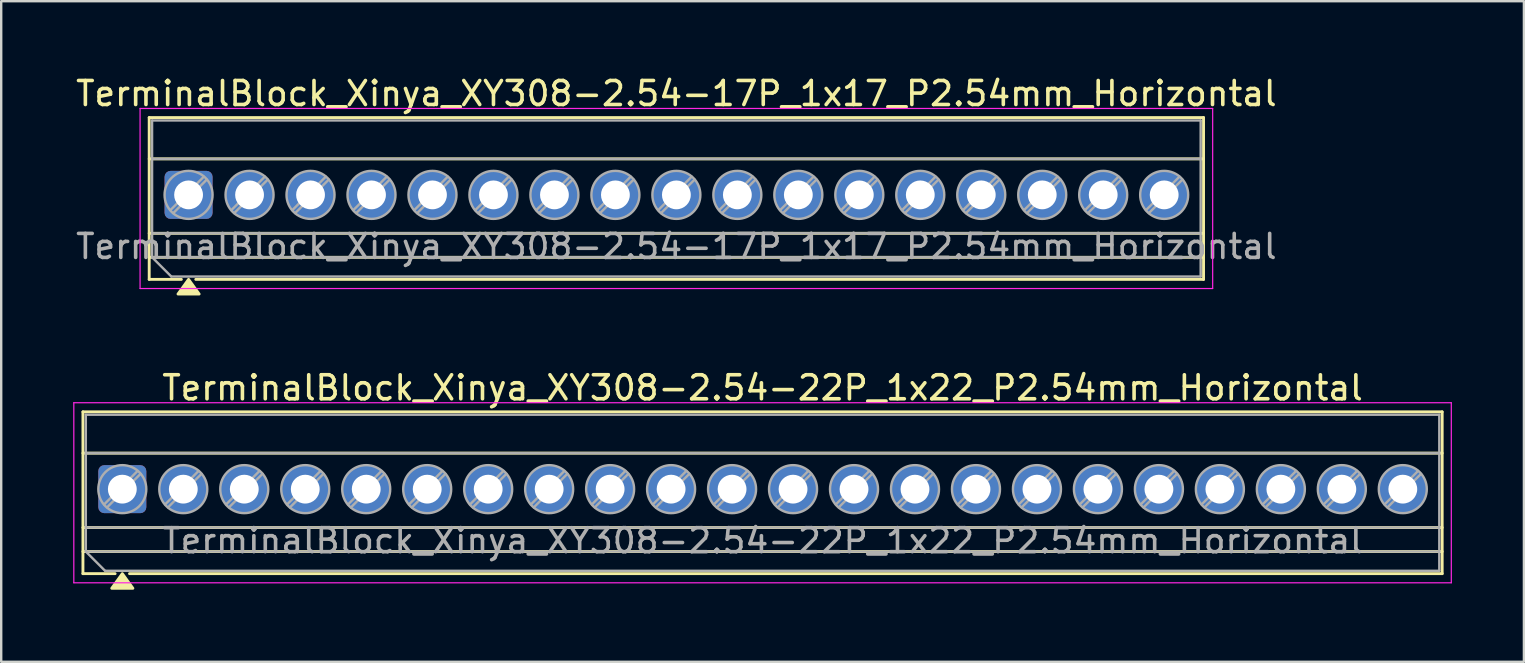
<source format=kicad_pcb>
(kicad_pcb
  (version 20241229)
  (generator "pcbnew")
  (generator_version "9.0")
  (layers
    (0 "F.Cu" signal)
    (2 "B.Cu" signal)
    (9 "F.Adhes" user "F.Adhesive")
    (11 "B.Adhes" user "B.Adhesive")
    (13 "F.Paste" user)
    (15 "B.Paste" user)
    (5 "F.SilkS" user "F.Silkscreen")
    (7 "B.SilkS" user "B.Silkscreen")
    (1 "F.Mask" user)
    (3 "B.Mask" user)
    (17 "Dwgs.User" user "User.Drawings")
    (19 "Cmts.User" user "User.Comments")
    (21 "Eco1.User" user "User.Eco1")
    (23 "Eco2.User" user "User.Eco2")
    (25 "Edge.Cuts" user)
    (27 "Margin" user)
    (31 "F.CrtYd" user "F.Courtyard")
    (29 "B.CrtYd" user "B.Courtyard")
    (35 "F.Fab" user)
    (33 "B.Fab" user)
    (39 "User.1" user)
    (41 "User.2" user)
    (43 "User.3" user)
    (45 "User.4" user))
  (footprint "TerminalBlock_Xinya_XY308-2.54-22P_1x22_P2.54mm_Horizontal"
    (layer "F.Cu")
    (at 2.045 17.326)
    (property "Reference" "TerminalBlock_Xinya_XY308-2.54-22P_1x22_P2.54mm_Horizontal" (at 26.67 -4.22 0) (layer "F.SilkS") (effects (font (size 1 1) (thickness 0.15))))
    (attr through_hole)
    (fp_line (start -1.64 -3.22) (end 54.98 -3.22) (stroke (width 0.12) (type solid)) (layer "F.SilkS"))
    (fp_line (start -1.64 -1.5) (end 54.98 -1.5) (stroke (width 0.12) (type solid)) (layer "F.SilkS"))
    (fp_line (start -1.64 1.6) (end 54.98 1.6) (stroke (width 0.12) (type solid)) (layer "F.SilkS"))
    (fp_line (start -1.64 2.6) (end 54.98 2.6) (stroke (width 0.12) (type solid)) (layer "F.SilkS"))
    (fp_line (start -1.64 3.52) (end -1.64 -3.22) (stroke (width 0.12) (type solid)) (layer "F.SilkS"))
    (fp_line (start -0.3 3.52) (end -1.64 3.52) (stroke (width 0.12) (type solid)) (layer "F.SilkS"))
    (fp_line (start 54.98 -3.22) (end 54.98 3.52) (stroke (width 0.12) (type solid)) (layer "F.SilkS"))
    (fp_line (start 54.98 3.52) (end 0.3 3.52) (stroke (width 0.12) (type solid)) (layer "F.SilkS"))
    (fp_poly (pts (xy 0 3.52) (xy 0.44 4.13) (xy -0.44 4.13)) (stroke (width 0.12) (type solid)) (fill yes) (layer "F.SilkS"))
    (fp_line (start -2.02 -3.6) (end -2.02 3.9) (stroke (width 0.05) (type solid)) (layer "F.CrtYd"))
    (fp_line (start -2.02 3.9) (end 55.36 3.9) (stroke (width 0.05) (type solid)) (layer "F.CrtYd"))
    (fp_line (start 55.36 -3.6) (end -2.02 -3.6) (stroke (width 0.05) (type solid)) (layer "F.CrtYd"))
    (fp_line (start 55.36 3.9) (end 55.36 -3.6) (stroke (width 0.05) (type solid)) (layer "F.CrtYd"))
    (fp_line (start -1.52 -3.1) (end 54.86 -3.1) (stroke (width 0.1) (type solid)) (layer "F.Fab"))
    (fp_line (start -1.52 -1.5) (end 54.86 -1.5) (stroke (width 0.1) (type solid)) (layer "F.Fab"))
    (fp_line (start -1.52 1.6) (end 54.86 1.6) (stroke (width 0.1) (type solid)) (layer "F.Fab"))
    (fp_line (start -1.52 2.6) (end -1.52 -3.1) (stroke (width 0.1) (type solid)) (layer "F.Fab"))
    (fp_line (start -1.52 2.6) (end 54.86 2.6) (stroke (width 0.1) (type solid)) (layer "F.Fab"))
    (fp_line (start -0.72 3.4) (end -1.52 2.6) (stroke (width 0.1) (type solid)) (layer "F.Fab"))
    (fp_line (start 0.636 -0.758) (end -0.758 0.636) (stroke (width 0.1) (type solid)) (layer "F.Fab"))
    (fp_line (start 0.758 -0.636) (end -0.636 0.758) (stroke (width 0.1) (type solid)) (layer "F.Fab"))
    (fp_line (start 3.176 -0.758) (end 1.782 0.636) (stroke (width 0.1) (type solid)) (layer "F.Fab"))
    (fp_line (start 3.298 -0.636) (end 1.904 0.758) (stroke (width 0.1) (type solid)) (layer "F.Fab"))
    (fp_line (start 5.716 -0.758) (end 4.322 0.636) (stroke (width 0.1) (type solid)) (layer "F.Fab"))
    (fp_line (start 5.838 -0.636) (end 4.444 0.758) (stroke (width 0.1) (type solid)) (layer "F.Fab"))
    (fp_line (start 8.256 -0.758) (end 6.862 0.636) (stroke (width 0.1) (type solid)) (layer "F.Fab"))
    (fp_line (start 8.378 -0.636) (end 6.984 0.758) (stroke (width 0.1) (type solid)) (layer "F.Fab"))
    (fp_line (start 10.796 -0.758) (end 9.402 0.636) (stroke (width 0.1) (type solid)) (layer "F.Fab"))
    (fp_line (start 10.918 -0.636) (end 9.524 0.758) (stroke (width 0.1) (type solid)) (layer "F.Fab"))
    (fp_line (start 13.336 -0.758) (end 11.942 0.636) (stroke (width 0.1) (type solid)) (layer "F.Fab"))
    (fp_line (start 13.458 -0.636) (end 12.064 0.758) (stroke (width 0.1) (type solid)) (layer "F.Fab"))
    (fp_line (start 15.876 -0.758) (end 14.482 0.636) (stroke (width 0.1) (type solid)) (layer "F.Fab"))
    (fp_line (start 15.998 -0.636) (end 14.604 0.758) (stroke (width 0.1) (type solid)) (layer "F.Fab"))
    (fp_line (start 18.416 -0.758) (end 17.022 0.636) (stroke (width 0.1) (type solid)) (layer "F.Fab"))
    (fp_line (start 18.538 -0.636) (end 17.144 0.758) (stroke (width 0.1) (type solid)) (layer "F.Fab"))
    (fp_line (start 20.956 -0.758) (end 19.562 0.636) (stroke (width 0.1) (type solid)) (layer "F.Fab"))
    (fp_line (start 21.078 -0.636) (end 19.684 0.758) (stroke (width 0.1) (type solid)) (layer "F.Fab"))
    (fp_line (start 23.496 -0.758) (end 22.102 0.636) (stroke (width 0.1) (type solid)) (layer "F.Fab"))
    (fp_line (start 23.618 -0.636) (end 22.224 0.758) (stroke (width 0.1) (type solid)) (layer "F.Fab"))
    (fp_line (start 26.036 -0.758) (end 24.642 0.636) (stroke (width 0.1) (type solid)) (layer "F.Fab"))
    (fp_line (start 26.158 -0.636) (end 24.764 0.758) (stroke (width 0.1) (type solid)) (layer "F.Fab"))
    (fp_line (start 28.576 -0.758) (end 27.182 0.636) (stroke (width 0.1) (type solid)) (layer "F.Fab"))
    (fp_line (start 28.698 -0.636) (end 27.304 0.758) (stroke (width 0.1) (type solid)) (layer "F.Fab"))
    (fp_line (start 31.116 -0.758) (end 29.722 0.636) (stroke (width 0.1) (type solid)) (layer "F.Fab"))
    (fp_line (start 31.238 -0.636) (end 29.844 0.758) (stroke (width 0.1) (type solid)) (layer "F.Fab"))
    (fp_line (start 33.656 -0.758) (end 32.262 0.636) (stroke (width 0.1) (type solid)) (layer "F.Fab"))
    (fp_line (start 33.778 -0.636) (end 32.384 0.758) (stroke (width 0.1) (type solid)) (layer "F.Fab"))
    (fp_line (start 36.196 -0.758) (end 34.802 0.636) (stroke (width 0.1) (type solid)) (layer "F.Fab"))
    (fp_line (start 36.318 -0.636) (end 34.924 0.758) (stroke (width 0.1) (type solid)) (layer "F.Fab"))
    (fp_line (start 38.736 -0.758) (end 37.342 0.636) (stroke (width 0.1) (type solid)) (layer "F.Fab"))
    (fp_line (start 38.858 -0.636) (end 37.464 0.758) (stroke (width 0.1) (type solid)) (layer "F.Fab"))
    (fp_line (start 41.276 -0.758) (end 39.882 0.636) (stroke (width 0.1) (type solid)) (layer "F.Fab"))
    (fp_line (start 41.398 -0.636) (end 40.004 0.758) (stroke (width 0.1) (type solid)) (layer "F.Fab"))
    (fp_line (start 43.816 -0.758) (end 42.422 0.636) (stroke (width 0.1) (type solid)) (layer "F.Fab"))
    (fp_line (start 43.938 -0.636) (end 42.544 0.758) (stroke (width 0.1) (type solid)) (layer "F.Fab"))
    (fp_line (start 46.356 -0.758) (end 44.962 0.636) (stroke (width 0.1) (type solid)) (layer "F.Fab"))
    (fp_line (start 46.478 -0.636) (end 45.084 0.758) (stroke (width 0.1) (type solid)) (layer "F.Fab"))
    (fp_line (start 48.896 -0.758) (end 47.502 0.636) (stroke (width 0.1) (type solid)) (layer "F.Fab"))
    (fp_line (start 49.018 -0.636) (end 47.624 0.758) (stroke (width 0.1) (type solid)) (layer "F.Fab"))
    (fp_line (start 51.436 -0.758) (end 50.042 0.636) (stroke (width 0.1) (type solid)) (layer "F.Fab"))
    (fp_line (start 51.558 -0.636) (end 50.164 0.758) (stroke (width 0.1) (type solid)) (layer "F.Fab"))
    (fp_line (start 53.976 -0.758) (end 52.582 0.636) (stroke (width 0.1) (type solid)) (layer "F.Fab"))
    (fp_line (start 54.098 -0.636) (end 52.704 0.758) (stroke (width 0.1) (type solid)) (layer "F.Fab"))
    (fp_line (start 54.86 -3.1) (end 54.86 3.4) (stroke (width 0.1) (type solid)) (layer "F.Fab"))
    (fp_line (start 54.86 3.4) (end -0.72 3.4) (stroke (width 0.1) (type solid)) (layer "F.Fab"))
    (fp_circle (center 0 0) (end 1 0) (stroke (width 0.1) (type solid)) (fill no) (layer "F.Fab"))
    (fp_circle (center 2.54 0) (end 3.54 0) (stroke (width 0.1) (type solid)) (fill no) (layer "F.Fab"))
    (fp_circle (center 5.08 0) (end 6.08 0) (stroke (width 0.1) (type solid)) (fill no) (layer "F.Fab"))
    (fp_circle (center 7.62 0) (end 8.62 0) (stroke (width 0.1) (type solid)) (fill no) (layer "F.Fab"))
    (fp_circle (center 10.16 0) (end 11.16 0) (stroke (width 0.1) (type solid)) (fill no) (layer "F.Fab"))
    (fp_circle (center 12.7 0) (end 13.7 0) (stroke (width 0.1) (type solid)) (fill no) (layer "F.Fab"))
    (fp_circle (center 15.24 0) (end 16.24 0) (stroke (width 0.1) (type solid)) (fill no) (layer "F.Fab"))
    (fp_circle (center 17.78 0) (end 18.78 0) (stroke (width 0.1) (type solid)) (fill no) (layer "F.Fab"))
    (fp_circle (center 20.32 0) (end 21.32 0) (stroke (width 0.1) (type solid)) (fill no) (layer "F.Fab"))
    (fp_circle (center 22.86 0) (end 23.86 0) (stroke (width 0.1) (type solid)) (fill no) (layer "F.Fab"))
    (fp_circle (center 25.4 0) (end 26.4 0) (stroke (width 0.1) (type solid)) (fill no) (layer "F.Fab"))
    (fp_circle (center 27.94 0) (end 28.94 0) (stroke (width 0.1) (type solid)) (fill no) (layer "F.Fab"))
    (fp_circle (center 30.48 0) (end 31.48 0) (stroke (width 0.1) (type solid)) (fill no) (layer "F.Fab"))
    (fp_circle (center 33.02 0) (end 34.02 0) (stroke (width 0.1) (type solid)) (fill no) (layer "F.Fab"))
    (fp_circle (center 35.56 0) (end 36.56 0) (stroke (width 0.1) (type solid)) (fill no) (layer "F.Fab"))
    (fp_circle (center 38.1 0) (end 39.1 0) (stroke (width 0.1) (type solid)) (fill no) (layer "F.Fab"))
    (fp_circle (center 40.64 0) (end 41.64 0) (stroke (width 0.1) (type solid)) (fill no) (layer "F.Fab"))
    (fp_circle (center 43.18 0) (end 44.18 0) (stroke (width 0.1) (type solid)) (fill no) (layer "F.Fab"))
    (fp_circle (center 45.72 0) (end 46.72 0) (stroke (width 0.1) (type solid)) (fill no) (layer "F.Fab"))
    (fp_circle (center 48.26 0) (end 49.26 0) (stroke (width 0.1) (type solid)) (fill no) (layer "F.Fab"))
    (fp_circle (center 50.8 0) (end 51.8 0) (stroke (width 0.1) (type solid)) (fill no) (layer "F.Fab"))
    (fp_circle (center 53.34 0) (end 54.34 0) (stroke (width 0.1) (type solid)) (fill no) (layer "F.Fab"))
    (fp_text user "${REFERENCE}" (at 26.67 2.15 0) (layer "F.Fab") (effects (font (size 1 1) (thickness 0.15))))
    (pad "1" thru_hole roundrect (at 0 0) (size 2 2) (drill 1.2) (layers "*.Cu" "*.Mask") (roundrect_rratio 0.125))
    (pad "2" thru_hole circle (at 2.54 0) (size 2 2) (drill 1.2) (layers "*.Cu" "*.Mask"))
    (pad "3" thru_hole circle (at 5.08 0) (size 2 2) (drill 1.2) (layers "*.Cu" "*.Mask"))
    (pad "4" thru_hole circle (at 7.62 0) (size 2 2) (drill 1.2) (layers "*.Cu" "*.Mask"))
    (pad "5" thru_hole circle (at 10.16 0) (size 2 2) (drill 1.2) (layers "*.Cu" "*.Mask"))
    (pad "6" thru_hole circle (at 12.7 0) (size 2 2) (drill 1.2) (layers "*.Cu" "*.Mask"))
    (pad "7" thru_hole circle (at 15.24 0) (size 2 2) (drill 1.2) (layers "*.Cu" "*.Mask"))
    (pad "8" thru_hole circle (at 17.78 0) (size 2 2) (drill 1.2) (layers "*.Cu" "*.Mask"))
    (pad "9" thru_hole circle (at 20.32 0) (size 2 2) (drill 1.2) (layers "*.Cu" "*.Mask"))
    (pad "10" thru_hole circle (at 22.86 0) (size 2 2) (drill 1.2) (layers "*.Cu" "*.Mask"))
    (pad "11" thru_hole circle (at 25.4 0) (size 2 2) (drill 1.2) (layers "*.Cu" "*.Mask"))
    (pad "12" thru_hole circle (at 27.94 0) (size 2 2) (drill 1.2) (layers "*.Cu" "*.Mask"))
    (pad "13" thru_hole circle (at 30.48 0) (size 2 2) (drill 1.2) (layers "*.Cu" "*.Mask"))
    (pad "14" thru_hole circle (at 33.02 0) (size 2 2) (drill 1.2) (layers "*.Cu" "*.Mask"))
    (pad "15" thru_hole circle (at 35.56 0) (size 2 2) (drill 1.2) (layers "*.Cu" "*.Mask"))
    (pad "16" thru_hole circle (at 38.1 0) (size 2 2) (drill 1.2) (layers "*.Cu" "*.Mask"))
    (pad "17" thru_hole circle (at 40.64 0) (size 2 2) (drill 1.2) (layers "*.Cu" "*.Mask"))
    (pad "18" thru_hole circle (at 43.18 0) (size 2 2) (drill 1.2) (layers "*.Cu" "*.Mask"))
    (pad "19" thru_hole circle (at 45.72 0) (size 2 2) (drill 1.2) (layers "*.Cu" "*.Mask"))
    (pad "20" thru_hole circle (at 48.26 0) (size 2 2) (drill 1.2) (layers "*.Cu" "*.Mask"))
    (pad "21" thru_hole circle (at 50.8 0) (size 2 2) (drill 1.2) (layers "*.Cu" "*.Mask"))
    (pad "22" thru_hole circle (at 53.34 0) (size 2 2) (drill 1.2) (layers "*.Cu" "*.Mask")))
  (footprint "TerminalBlock_Xinya_XY308-2.54-17P_1x17_P2.54mm_Horizontal"
    (layer "F.Cu")
    (at 4.805 5.068)
    (property "Reference" "TerminalBlock_Xinya_XY308-2.54-17P_1x17_P2.54mm_Horizontal" (at 20.32 -4.22 0) (layer "F.SilkS") (effects (font (size 1 1) (thickness 0.15))))
    (attr through_hole)
    (fp_line (start -1.64 -3.22) (end 42.28 -3.22) (stroke (width 0.12) (type solid)) (layer "F.SilkS"))
    (fp_line (start -1.64 -1.5) (end 42.28 -1.5) (stroke (width 0.12) (type solid)) (layer "F.SilkS"))
    (fp_line (start -1.64 1.6) (end 42.28 1.6) (stroke (width 0.12) (type solid)) (layer "F.SilkS"))
    (fp_line (start -1.64 2.6) (end 42.28 2.6) (stroke (width 0.12) (type solid)) (layer "F.SilkS"))
    (fp_line (start -1.64 3.52) (end -1.64 -3.22) (stroke (width 0.12) (type solid)) (layer "F.SilkS"))
    (fp_line (start -0.3 3.52) (end -1.64 3.52) (stroke (width 0.12) (type solid)) (layer "F.SilkS"))
    (fp_line (start 42.28 -3.22) (end 42.28 3.52) (stroke (width 0.12) (type solid)) (layer "F.SilkS"))
    (fp_line (start 42.28 3.52) (end 0.3 3.52) (stroke (width 0.12) (type solid)) (layer "F.SilkS"))
    (fp_poly (pts (xy 0 3.52) (xy 0.44 4.13) (xy -0.44 4.13)) (stroke (width 0.12) (type solid)) (fill yes) (layer "F.SilkS"))
    (fp_line (start -2.02 -3.6) (end -2.02 3.9) (stroke (width 0.05) (type solid)) (layer "F.CrtYd"))
    (fp_line (start -2.02 3.9) (end 42.66 3.9) (stroke (width 0.05) (type solid)) (layer "F.CrtYd"))
    (fp_line (start 42.66 -3.6) (end -2.02 -3.6) (stroke (width 0.05) (type solid)) (layer "F.CrtYd"))
    (fp_line (start 42.66 3.9) (end 42.66 -3.6) (stroke (width 0.05) (type solid)) (layer "F.CrtYd"))
    (fp_line (start -1.52 -3.1) (end 42.16 -3.1) (stroke (width 0.1) (type solid)) (layer "F.Fab"))
    (fp_line (start -1.52 -1.5) (end 42.16 -1.5) (stroke (width 0.1) (type solid)) (layer "F.Fab"))
    (fp_line (start -1.52 1.6) (end 42.16 1.6) (stroke (width 0.1) (type solid)) (layer "F.Fab"))
    (fp_line (start -1.52 2.6) (end -1.52 -3.1) (stroke (width 0.1) (type solid)) (layer "F.Fab"))
    (fp_line (start -1.52 2.6) (end 42.16 2.6) (stroke (width 0.1) (type solid)) (layer "F.Fab"))
    (fp_line (start -0.72 3.4) (end -1.52 2.6) (stroke (width 0.1) (type solid)) (layer "F.Fab"))
    (fp_line (start 0.636 -0.758) (end -0.758 0.636) (stroke (width 0.1) (type solid)) (layer "F.Fab"))
    (fp_line (start 0.758 -0.636) (end -0.636 0.758) (stroke (width 0.1) (type solid)) (layer "F.Fab"))
    (fp_line (start 3.176 -0.758) (end 1.782 0.636) (stroke (width 0.1) (type solid)) (layer "F.Fab"))
    (fp_line (start 3.298 -0.636) (end 1.904 0.758) (stroke (width 0.1) (type solid)) (layer "F.Fab"))
    (fp_line (start 5.716 -0.758) (end 4.322 0.636) (stroke (width 0.1) (type solid)) (layer "F.Fab"))
    (fp_line (start 5.838 -0.636) (end 4.444 0.758) (stroke (width 0.1) (type solid)) (layer "F.Fab"))
    (fp_line (start 8.256 -0.758) (end 6.862 0.636) (stroke (width 0.1) (type solid)) (layer "F.Fab"))
    (fp_line (start 8.378 -0.636) (end 6.984 0.758) (stroke (width 0.1) (type solid)) (layer "F.Fab"))
    (fp_line (start 10.796 -0.758) (end 9.402 0.636) (stroke (width 0.1) (type solid)) (layer "F.Fab"))
    (fp_line (start 10.918 -0.636) (end 9.524 0.758) (stroke (width 0.1) (type solid)) (layer "F.Fab"))
    (fp_line (start 13.336 -0.758) (end 11.942 0.636) (stroke (width 0.1) (type solid)) (layer "F.Fab"))
    (fp_line (start 13.458 -0.636) (end 12.064 0.758) (stroke (width 0.1) (type solid)) (layer "F.Fab"))
    (fp_line (start 15.876 -0.758) (end 14.482 0.636) (stroke (width 0.1) (type solid)) (layer "F.Fab"))
    (fp_line (start 15.998 -0.636) (end 14.604 0.758) (stroke (width 0.1) (type solid)) (layer "F.Fab"))
    (fp_line (start 18.416 -0.758) (end 17.022 0.636) (stroke (width 0.1) (type solid)) (layer "F.Fab"))
    (fp_line (start 18.538 -0.636) (end 17.144 0.758) (stroke (width 0.1) (type solid)) (layer "F.Fab"))
    (fp_line (start 20.956 -0.758) (end 19.562 0.636) (stroke (width 0.1) (type solid)) (layer "F.Fab"))
    (fp_line (start 21.078 -0.636) (end 19.684 0.758) (stroke (width 0.1) (type solid)) (layer "F.Fab"))
    (fp_line (start 23.496 -0.758) (end 22.102 0.636) (stroke (width 0.1) (type solid)) (layer "F.Fab"))
    (fp_line (start 23.618 -0.636) (end 22.224 0.758) (stroke (width 0.1) (type solid)) (layer "F.Fab"))
    (fp_line (start 26.036 -0.758) (end 24.642 0.636) (stroke (width 0.1) (type solid)) (layer "F.Fab"))
    (fp_line (start 26.158 -0.636) (end 24.764 0.758) (stroke (width 0.1) (type solid)) (layer "F.Fab"))
    (fp_line (start 28.576 -0.758) (end 27.182 0.636) (stroke (width 0.1) (type solid)) (layer "F.Fab"))
    (fp_line (start 28.698 -0.636) (end 27.304 0.758) (stroke (width 0.1) (type solid)) (layer "F.Fab"))
    (fp_line (start 31.116 -0.758) (end 29.722 0.636) (stroke (width 0.1) (type solid)) (layer "F.Fab"))
    (fp_line (start 31.238 -0.636) (end 29.844 0.758) (stroke (width 0.1) (type solid)) (layer "F.Fab"))
    (fp_line (start 33.656 -0.758) (end 32.262 0.636) (stroke (width 0.1) (type solid)) (layer "F.Fab"))
    (fp_line (start 33.778 -0.636) (end 32.384 0.758) (stroke (width 0.1) (type solid)) (layer "F.Fab"))
    (fp_line (start 36.196 -0.758) (end 34.802 0.636) (stroke (width 0.1) (type solid)) (layer "F.Fab"))
    (fp_line (start 36.318 -0.636) (end 34.924 0.758) (stroke (width 0.1) (type solid)) (layer "F.Fab"))
    (fp_line (start 38.736 -0.758) (end 37.342 0.636) (stroke (width 0.1) (type solid)) (layer "F.Fab"))
    (fp_line (start 38.858 -0.636) (end 37.464 0.758) (stroke (width 0.1) (type solid)) (layer "F.Fab"))
    (fp_line (start 41.276 -0.758) (end 39.882 0.636) (stroke (width 0.1) (type solid)) (layer "F.Fab"))
    (fp_line (start 41.398 -0.636) (end 40.004 0.758) (stroke (width 0.1) (type solid)) (layer "F.Fab"))
    (fp_line (start 42.16 -3.1) (end 42.16 3.4) (stroke (width 0.1) (type solid)) (layer "F.Fab"))
    (fp_line (start 42.16 3.4) (end -0.72 3.4) (stroke (width 0.1) (type solid)) (layer "F.Fab"))
    (fp_circle (center 0 0) (end 1 0) (stroke (width 0.1) (type solid)) (fill no) (layer "F.Fab"))
    (fp_circle (center 2.54 0) (end 3.54 0) (stroke (width 0.1) (type solid)) (fill no) (layer "F.Fab"))
    (fp_circle (center 5.08 0) (end 6.08 0) (stroke (width 0.1) (type solid)) (fill no) (layer "F.Fab"))
    (fp_circle (center 7.62 0) (end 8.62 0) (stroke (width 0.1) (type solid)) (fill no) (layer "F.Fab"))
    (fp_circle (center 10.16 0) (end 11.16 0) (stroke (width 0.1) (type solid)) (fill no) (layer "F.Fab"))
    (fp_circle (center 12.7 0) (end 13.7 0) (stroke (width 0.1) (type solid)) (fill no) (layer "F.Fab"))
    (fp_circle (center 15.24 0) (end 16.24 0) (stroke (width 0.1) (type solid)) (fill no) (layer "F.Fab"))
    (fp_circle (center 17.78 0) (end 18.78 0) (stroke (width 0.1) (type solid)) (fill no) (layer "F.Fab"))
    (fp_circle (center 20.32 0) (end 21.32 0) (stroke (width 0.1) (type solid)) (fill no) (layer "F.Fab"))
    (fp_circle (center 22.86 0) (end 23.86 0) (stroke (width 0.1) (type solid)) (fill no) (layer "F.Fab"))
    (fp_circle (center 25.4 0) (end 26.4 0) (stroke (width 0.1) (type solid)) (fill no) (layer "F.Fab"))
    (fp_circle (center 27.94 0) (end 28.94 0) (stroke (width 0.1) (type solid)) (fill no) (layer "F.Fab"))
    (fp_circle (center 30.48 0) (end 31.48 0) (stroke (width 0.1) (type solid)) (fill no) (layer "F.Fab"))
    (fp_circle (center 33.02 0) (end 34.02 0) (stroke (width 0.1) (type solid)) (fill no) (layer "F.Fab"))
    (fp_circle (center 35.56 0) (end 36.56 0) (stroke (width 0.1) (type solid)) (fill no) (layer "F.Fab"))
    (fp_circle (center 38.1 0) (end 39.1 0) (stroke (width 0.1) (type solid)) (fill no) (layer "F.Fab"))
    (fp_circle (center 40.64 0) (end 41.64 0) (stroke (width 0.1) (type solid)) (fill no) (layer "F.Fab"))
    (fp_text user "${REFERENCE}" (at 20.32 2.15 0) (layer "F.Fab") (effects (font (size 1 1) (thickness 0.15))))
    (pad "1" thru_hole roundrect (at 0 0) (size 2 2) (drill 1.2) (layers "*.Cu" "*.Mask") (roundrect_rratio 0.125))
    (pad "2" thru_hole circle (at 2.54 0) (size 2 2) (drill 1.2) (layers "*.Cu" "*.Mask"))
    (pad "3" thru_hole circle (at 5.08 0) (size 2 2) (drill 1.2) (layers "*.Cu" "*.Mask"))
    (pad "4" thru_hole circle (at 7.62 0) (size 2 2) (drill 1.2) (layers "*.Cu" "*.Mask"))
    (pad "5" thru_hole circle (at 10.16 0) (size 2 2) (drill 1.2) (layers "*.Cu" "*.Mask"))
    (pad "6" thru_hole circle (at 12.7 0) (size 2 2) (drill 1.2) (layers "*.Cu" "*.Mask"))
    (pad "7" thru_hole circle (at 15.24 0) (size 2 2) (drill 1.2) (layers "*.Cu" "*.Mask"))
    (pad "8" thru_hole circle (at 17.78 0) (size 2 2) (drill 1.2) (layers "*.Cu" "*.Mask"))
    (pad "9" thru_hole circle (at 20.32 0) (size 2 2) (drill 1.2) (layers "*.Cu" "*.Mask"))
    (pad "10" thru_hole circle (at 22.86 0) (size 2 2) (drill 1.2) (layers "*.Cu" "*.Mask"))
    (pad "11" thru_hole circle (at 25.4 0) (size 2 2) (drill 1.2) (layers "*.Cu" "*.Mask"))
    (pad "12" thru_hole circle (at 27.94 0) (size 2 2) (drill 1.2) (layers "*.Cu" "*.Mask"))
    (pad "13" thru_hole circle (at 30.48 0) (size 2 2) (drill 1.2) (layers "*.Cu" "*.Mask"))
    (pad "14" thru_hole circle (at 33.02 0) (size 2 2) (drill 1.2) (layers "*.Cu" "*.Mask"))
    (pad "15" thru_hole circle (at 35.56 0) (size 2 2) (drill 1.2) (layers "*.Cu" "*.Mask"))
    (pad "16" thru_hole circle (at 38.1 0) (size 2 2) (drill 1.2) (layers "*.Cu" "*.Mask"))
    (pad "17" thru_hole circle (at 40.64 0) (size 2 2) (drill 1.2) (layers "*.Cu" "*.Mask")))
  (gr_rect
    (start -3 -3)
    (end 60.43 24.517)
    (stroke (width 0.1) (type default))
    (fill no)
    (layer "Edge.Cuts")))
</source>
